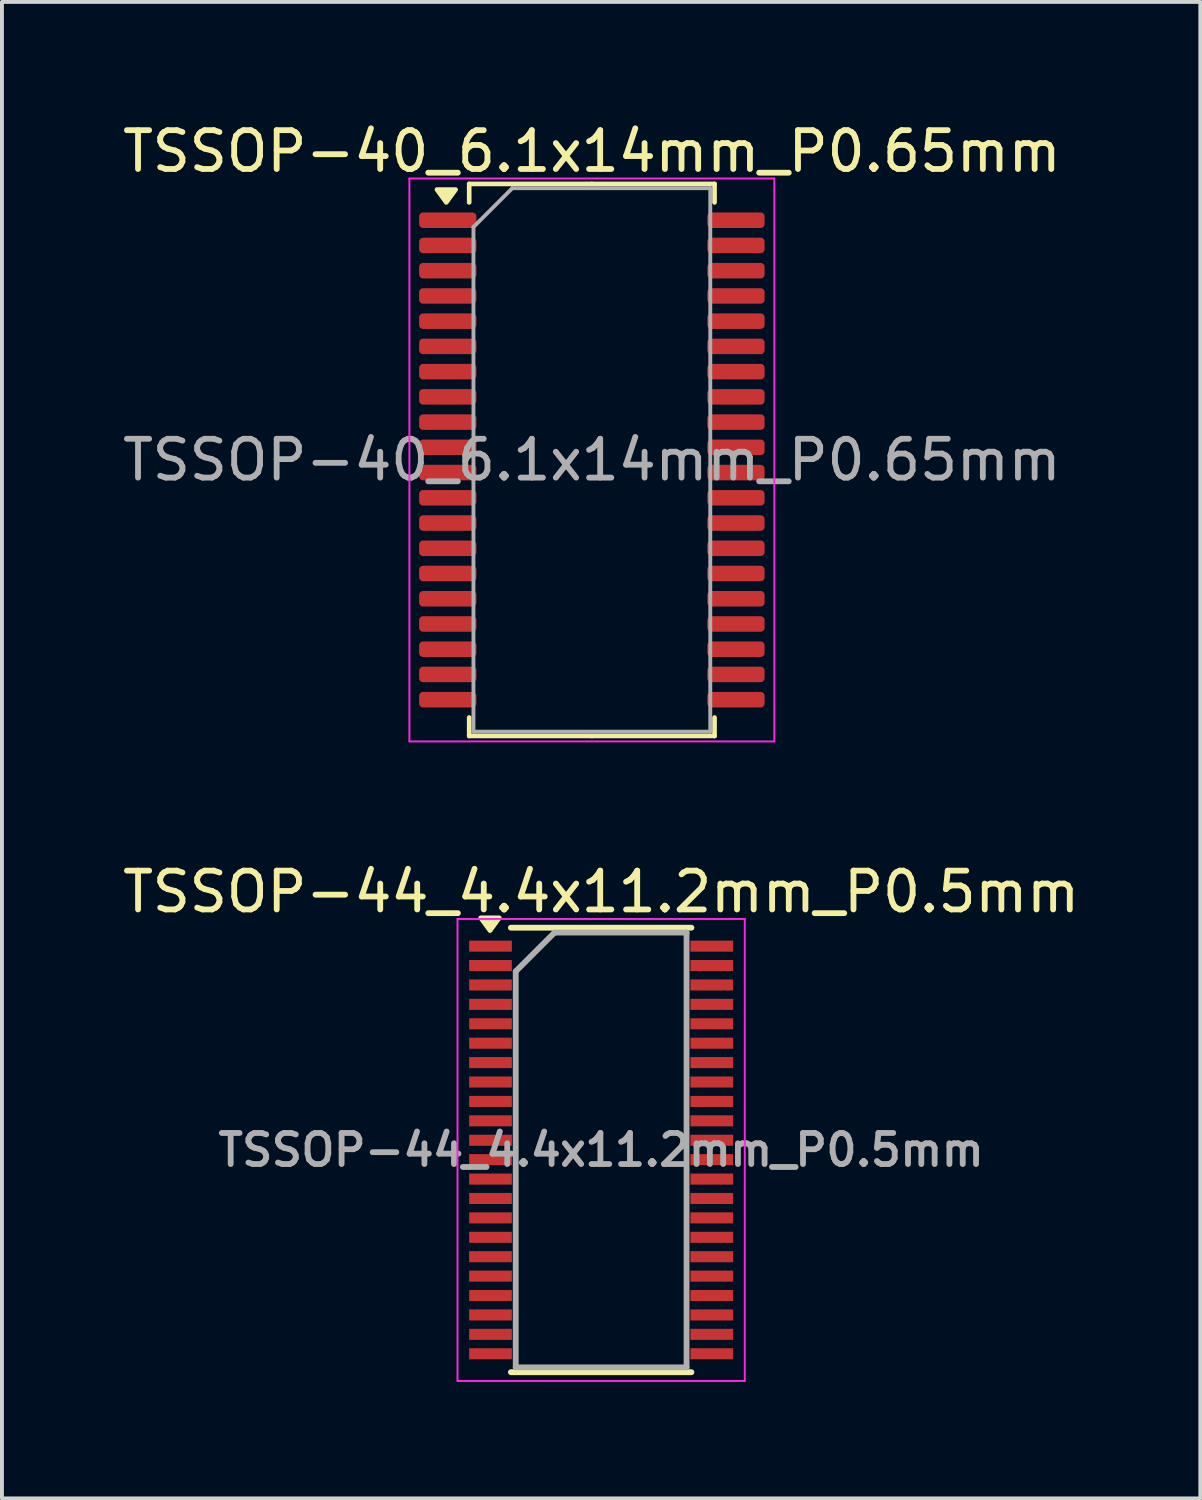
<source format=kicad_pcb>
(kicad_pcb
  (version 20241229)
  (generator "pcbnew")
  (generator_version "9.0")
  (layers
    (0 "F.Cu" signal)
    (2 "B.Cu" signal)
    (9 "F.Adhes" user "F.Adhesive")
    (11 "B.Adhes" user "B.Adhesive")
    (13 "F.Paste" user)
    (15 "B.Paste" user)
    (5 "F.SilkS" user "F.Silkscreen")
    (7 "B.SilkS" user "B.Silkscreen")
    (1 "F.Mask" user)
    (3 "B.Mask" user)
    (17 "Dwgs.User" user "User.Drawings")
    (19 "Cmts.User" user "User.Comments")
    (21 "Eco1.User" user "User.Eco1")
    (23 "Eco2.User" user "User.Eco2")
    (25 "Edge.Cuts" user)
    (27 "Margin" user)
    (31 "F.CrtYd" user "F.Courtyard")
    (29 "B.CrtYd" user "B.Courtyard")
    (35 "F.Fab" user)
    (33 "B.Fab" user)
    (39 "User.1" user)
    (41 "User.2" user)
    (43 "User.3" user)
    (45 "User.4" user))
  (footprint "TSSOP-44_4.4x11.2mm_P0.5mm"
    (layer "F.Cu")
    (at 12.435 26.572)
    (property "Reference" "TSSOP-44_4.4x11.2mm_P0.5mm" (at 0 -6.65 0) (layer "F.SilkS") (effects (font (size 1 1) (thickness 0.15))))
    (attr smd)
    (fp_line (start -2.325 -5.725) (end 2.325 -5.725) (stroke (width 0.15) (type solid)) (layer "F.SilkS"))
    (fp_line (start -2.325 5.725) (end 2.325 5.725) (stroke (width 0.15) (type solid)) (layer "F.SilkS"))
    (fp_poly (pts (xy -2.862 -5.65) (xy -2.623 -5.98) (xy -3.103 -5.98) (xy -2.862 -5.65)) (stroke (width 0.12) (type solid)) (fill yes) (layer "F.SilkS"))
    (fp_line (start -3.7 -5.95) (end -3.7 5.95) (stroke (width 0.05) (type solid)) (layer "F.CrtYd"))
    (fp_line (start -3.7 -5.95) (end 3.7 -5.95) (stroke (width 0.05) (type solid)) (layer "F.CrtYd"))
    (fp_line (start -3.7 5.95) (end 3.7 5.95) (stroke (width 0.05) (type solid)) (layer "F.CrtYd"))
    (fp_line (start 3.7 -5.95) (end 3.7 5.95) (stroke (width 0.05) (type solid)) (layer "F.CrtYd"))
    (fp_line (start -2.2 -4.6) (end -1.2 -5.6) (stroke (width 0.15) (type solid)) (layer "F.Fab"))
    (fp_line (start -2.2 5.6) (end -2.2 -4.6) (stroke (width 0.15) (type solid)) (layer "F.Fab"))
    (fp_line (start -1.2 -5.6) (end 2.2 -5.6) (stroke (width 0.15) (type solid)) (layer "F.Fab"))
    (fp_line (start 2.2 -5.6) (end 2.2 5.6) (stroke (width 0.15) (type solid)) (layer "F.Fab"))
    (fp_line (start 2.2 5.6) (end -2.2 5.6) (stroke (width 0.15) (type solid)) (layer "F.Fab"))
    (fp_text user "${REFERENCE}" (at 0 0 0) (layer "F.Fab") (effects (font (size 0.8 0.8) (thickness 0.15))))
    (pad "1" smd rect (at -2.85 -5.25) (size 1.1 0.285) (layers "F.Cu" "F.Mask" "F.Paste"))
    (pad "2" smd rect (at -2.85 -4.75) (size 1.1 0.285) (layers "F.Cu" "F.Mask" "F.Paste"))
    (pad "3" smd rect (at -2.85 -4.25) (size 1.1 0.285) (layers "F.Cu" "F.Mask" "F.Paste"))
    (pad "4" smd rect (at -2.85 -3.75) (size 1.1 0.285) (layers "F.Cu" "F.Mask" "F.Paste"))
    (pad "5" smd rect (at -2.85 -3.25) (size 1.1 0.285) (layers "F.Cu" "F.Mask" "F.Paste"))
    (pad "6" smd rect (at -2.85 -2.75) (size 1.1 0.285) (layers "F.Cu" "F.Mask" "F.Paste"))
    (pad "7" smd rect (at -2.85 -2.25) (size 1.1 0.285) (layers "F.Cu" "F.Mask" "F.Paste"))
    (pad "8" smd rect (at -2.85 -1.75) (size 1.1 0.285) (layers "F.Cu" "F.Mask" "F.Paste"))
    (pad "9" smd rect (at -2.85 -1.25) (size 1.1 0.285) (layers "F.Cu" "F.Mask" "F.Paste"))
    (pad "10" smd rect (at -2.85 -0.75) (size 1.1 0.285) (layers "F.Cu" "F.Mask" "F.Paste"))
    (pad "11" smd rect (at -2.85 -0.25) (size 1.1 0.285) (layers "F.Cu" "F.Mask" "F.Paste"))
    (pad "12" smd rect (at -2.85 0.25) (size 1.1 0.285) (layers "F.Cu" "F.Mask" "F.Paste"))
    (pad "13" smd rect (at -2.85 0.75) (size 1.1 0.285) (layers "F.Cu" "F.Mask" "F.Paste"))
    (pad "14" smd rect (at -2.85 1.25) (size 1.1 0.285) (layers "F.Cu" "F.Mask" "F.Paste"))
    (pad "15" smd rect (at -2.85 1.75) (size 1.1 0.285) (layers "F.Cu" "F.Mask" "F.Paste"))
    (pad "16" smd rect (at -2.85 2.25) (size 1.1 0.285) (layers "F.Cu" "F.Mask" "F.Paste"))
    (pad "17" smd rect (at -2.85 2.75) (size 1.1 0.285) (layers "F.Cu" "F.Mask" "F.Paste"))
    (pad "18" smd rect (at -2.85 3.25) (size 1.1 0.285) (layers "F.Cu" "F.Mask" "F.Paste"))
    (pad "19" smd rect (at -2.85 3.75) (size 1.1 0.285) (layers "F.Cu" "F.Mask" "F.Paste"))
    (pad "20" smd rect (at -2.85 4.25) (size 1.1 0.285) (layers "F.Cu" "F.Mask" "F.Paste"))
    (pad "21" smd rect (at -2.85 4.75) (size 1.1 0.285) (layers "F.Cu" "F.Mask" "F.Paste"))
    (pad "22" smd rect (at -2.85 5.25) (size 1.1 0.285) (layers "F.Cu" "F.Mask" "F.Paste"))
    (pad "23" smd rect (at 2.85 5.25) (size 1.1 0.285) (layers "F.Cu" "F.Mask" "F.Paste"))
    (pad "24" smd rect (at 2.85 4.75) (size 1.1 0.285) (layers "F.Cu" "F.Mask" "F.Paste"))
    (pad "25" smd rect (at 2.85 4.25) (size 1.1 0.285) (layers "F.Cu" "F.Mask" "F.Paste"))
    (pad "26" smd rect (at 2.85 3.75) (size 1.1 0.285) (layers "F.Cu" "F.Mask" "F.Paste"))
    (pad "27" smd rect (at 2.85 3.25) (size 1.1 0.285) (layers "F.Cu" "F.Mask" "F.Paste"))
    (pad "28" smd rect (at 2.85 2.75) (size 1.1 0.285) (layers "F.Cu" "F.Mask" "F.Paste"))
    (pad "29" smd rect (at 2.85 2.25) (size 1.1 0.285) (layers "F.Cu" "F.Mask" "F.Paste"))
    (pad "30" smd rect (at 2.85 1.75) (size 1.1 0.285) (layers "F.Cu" "F.Mask" "F.Paste"))
    (pad "31" smd rect (at 2.85 1.25) (size 1.1 0.285) (layers "F.Cu" "F.Mask" "F.Paste"))
    (pad "32" smd rect (at 2.85 0.75) (size 1.1 0.285) (layers "F.Cu" "F.Mask" "F.Paste"))
    (pad "33" smd rect (at 2.85 0.25) (size 1.1 0.285) (layers "F.Cu" "F.Mask" "F.Paste"))
    (pad "34" smd rect (at 2.85 -0.25) (size 1.1 0.285) (layers "F.Cu" "F.Mask" "F.Paste"))
    (pad "35" smd rect (at 2.85 -0.75) (size 1.1 0.285) (layers "F.Cu" "F.Mask" "F.Paste"))
    (pad "36" smd rect (at 2.85 -1.25) (size 1.1 0.285) (layers "F.Cu" "F.Mask" "F.Paste"))
    (pad "37" smd rect (at 2.85 -1.75) (size 1.1 0.285) (layers "F.Cu" "F.Mask" "F.Paste"))
    (pad "38" smd rect (at 2.85 -2.25) (size 1.1 0.285) (layers "F.Cu" "F.Mask" "F.Paste"))
    (pad "39" smd rect (at 2.85 -2.75) (size 1.1 0.285) (layers "F.Cu" "F.Mask" "F.Paste"))
    (pad "40" smd rect (at 2.85 -3.25) (size 1.1 0.285) (layers "F.Cu" "F.Mask" "F.Paste"))
    (pad "41" smd rect (at 2.85 -3.75) (size 1.1 0.285) (layers "F.Cu" "F.Mask" "F.Paste"))
    (pad "42" smd rect (at 2.85 -4.25) (size 1.1 0.285) (layers "F.Cu" "F.Mask" "F.Paste"))
    (pad "43" smd rect (at 2.85 -4.75) (size 1.1 0.285) (layers "F.Cu" "F.Mask" "F.Paste"))
    (pad "44" smd rect (at 2.85 -5.25) (size 1.1 0.285) (layers "F.Cu" "F.Mask" "F.Paste")))
  (footprint "TSSOP-40_6.1x14mm_P0.65mm"
    (layer "F.Cu")
    (at 12.196 8.798)
    (property "Reference" "TSSOP-40_6.1x14mm_P0.65mm" (at 0 -7.95 0) (layer "F.SilkS") (effects (font (size 1 1) (thickness 0.15))))
    (attr smd)
    (fp_line (start -3.16 -7.11) (end -3.16 -6.635) (stroke (width 0.12) (type solid)) (layer "F.SilkS"))
    (fp_line (start -3.16 7.11) (end -3.16 6.635) (stroke (width 0.12) (type solid)) (layer "F.SilkS"))
    (fp_line (start 0 -7.11) (end -3.16 -7.11) (stroke (width 0.12) (type solid)) (layer "F.SilkS"))
    (fp_line (start 0 -7.11) (end 3.16 -7.11) (stroke (width 0.12) (type solid)) (layer "F.SilkS"))
    (fp_line (start 0 7.11) (end -3.16 7.11) (stroke (width 0.12) (type solid)) (layer "F.SilkS"))
    (fp_line (start 0 7.11) (end 3.16 7.11) (stroke (width 0.12) (type solid)) (layer "F.SilkS"))
    (fp_line (start 3.16 -7.11) (end 3.16 -6.635) (stroke (width 0.12) (type solid)) (layer "F.SilkS"))
    (fp_line (start 3.16 7.11) (end 3.16 6.635) (stroke (width 0.12) (type solid)) (layer "F.SilkS"))
    (fp_poly (pts (xy -3.75 -6.635) (xy -3.99 -6.965) (xy -3.51 -6.965) (xy -3.75 -6.635)) (stroke (width 0.12) (type solid)) (fill yes) (layer "F.SilkS"))
    (fp_line (start -4.7 -7.25) (end -4.7 7.25) (stroke (width 0.05) (type solid)) (layer "F.CrtYd"))
    (fp_line (start -4.7 7.25) (end 4.7 7.25) (stroke (width 0.05) (type solid)) (layer "F.CrtYd"))
    (fp_line (start 4.7 -7.25) (end -4.7 -7.25) (stroke (width 0.05) (type solid)) (layer "F.CrtYd"))
    (fp_line (start 4.7 7.25) (end 4.7 -7.25) (stroke (width 0.05) (type solid)) (layer "F.CrtYd"))
    (fp_line (start -3.05 -6) (end -2.05 -7) (stroke (width 0.1) (type solid)) (layer "F.Fab"))
    (fp_line (start -3.05 7) (end -3.05 -6) (stroke (width 0.1) (type solid)) (layer "F.Fab"))
    (fp_line (start -2.05 -7) (end 3.05 -7) (stroke (width 0.1) (type solid)) (layer "F.Fab"))
    (fp_line (start 3.05 -7) (end 3.05 7) (stroke (width 0.1) (type solid)) (layer "F.Fab"))
    (fp_line (start 3.05 7) (end -3.05 7) (stroke (width 0.1) (type solid)) (layer "F.Fab"))
    (fp_text user "${REFERENCE}" (at 0 0 0) (layer "F.Fab") (effects (font (size 1 1) (thickness 0.15))))
    (pad "1" smd roundrect (at -3.712 -6.175) (size 1.475 0.4) (layers "F.Cu" "F.Mask" "F.Paste") (roundrect_rratio 0.25))
    (pad "2" smd roundrect (at -3.712 -5.525) (size 1.475 0.4) (layers "F.Cu" "F.Mask" "F.Paste") (roundrect_rratio 0.25))
    (pad "3" smd roundrect (at -3.712 -4.875) (size 1.475 0.4) (layers "F.Cu" "F.Mask" "F.Paste") (roundrect_rratio 0.25))
    (pad "4" smd roundrect (at -3.712 -4.225) (size 1.475 0.4) (layers "F.Cu" "F.Mask" "F.Paste") (roundrect_rratio 0.25))
    (pad "5" smd roundrect (at -3.712 -3.575) (size 1.475 0.4) (layers "F.Cu" "F.Mask" "F.Paste") (roundrect_rratio 0.25))
    (pad "6" smd roundrect (at -3.712 -2.925) (size 1.475 0.4) (layers "F.Cu" "F.Mask" "F.Paste") (roundrect_rratio 0.25))
    (pad "7" smd roundrect (at -3.712 -2.275) (size 1.475 0.4) (layers "F.Cu" "F.Mask" "F.Paste") (roundrect_rratio 0.25))
    (pad "8" smd roundrect (at -3.712 -1.625) (size 1.475 0.4) (layers "F.Cu" "F.Mask" "F.Paste") (roundrect_rratio 0.25))
    (pad "9" smd roundrect (at -3.712 -0.975) (size 1.475 0.4) (layers "F.Cu" "F.Mask" "F.Paste") (roundrect_rratio 0.25))
    (pad "10" smd roundrect (at -3.712 -0.325) (size 1.475 0.4) (layers "F.Cu" "F.Mask" "F.Paste") (roundrect_rratio 0.25))
    (pad "11" smd roundrect (at -3.712 0.325) (size 1.475 0.4) (layers "F.Cu" "F.Mask" "F.Paste") (roundrect_rratio 0.25))
    (pad "12" smd roundrect (at -3.712 0.975) (size 1.475 0.4) (layers "F.Cu" "F.Mask" "F.Paste") (roundrect_rratio 0.25))
    (pad "13" smd roundrect (at -3.712 1.625) (size 1.475 0.4) (layers "F.Cu" "F.Mask" "F.Paste") (roundrect_rratio 0.25))
    (pad "14" smd roundrect (at -3.712 2.275) (size 1.475 0.4) (layers "F.Cu" "F.Mask" "F.Paste") (roundrect_rratio 0.25))
    (pad "15" smd roundrect (at -3.712 2.925) (size 1.475 0.4) (layers "F.Cu" "F.Mask" "F.Paste") (roundrect_rratio 0.25))
    (pad "16" smd roundrect (at -3.712 3.575) (size 1.475 0.4) (layers "F.Cu" "F.Mask" "F.Paste") (roundrect_rratio 0.25))
    (pad "17" smd roundrect (at -3.712 4.225) (size 1.475 0.4) (layers "F.Cu" "F.Mask" "F.Paste") (roundrect_rratio 0.25))
    (pad "18" smd roundrect (at -3.712 4.875) (size 1.475 0.4) (layers "F.Cu" "F.Mask" "F.Paste") (roundrect_rratio 0.25))
    (pad "19" smd roundrect (at -3.712 5.525) (size 1.475 0.4) (layers "F.Cu" "F.Mask" "F.Paste") (roundrect_rratio 0.25))
    (pad "20" smd roundrect (at -3.712 6.175) (size 1.475 0.4) (layers "F.Cu" "F.Mask" "F.Paste") (roundrect_rratio 0.25))
    (pad "21" smd roundrect (at 3.712 6.175) (size 1.475 0.4) (layers "F.Cu" "F.Mask" "F.Paste") (roundrect_rratio 0.25))
    (pad "22" smd roundrect (at 3.712 5.525) (size 1.475 0.4) (layers "F.Cu" "F.Mask" "F.Paste") (roundrect_rratio 0.25))
    (pad "23" smd roundrect (at 3.712 4.875) (size 1.475 0.4) (layers "F.Cu" "F.Mask" "F.Paste") (roundrect_rratio 0.25))
    (pad "24" smd roundrect (at 3.712 4.225) (size 1.475 0.4) (layers "F.Cu" "F.Mask" "F.Paste") (roundrect_rratio 0.25))
    (pad "25" smd roundrect (at 3.712 3.575) (size 1.475 0.4) (layers "F.Cu" "F.Mask" "F.Paste") (roundrect_rratio 0.25))
    (pad "26" smd roundrect (at 3.712 2.925) (size 1.475 0.4) (layers "F.Cu" "F.Mask" "F.Paste") (roundrect_rratio 0.25))
    (pad "27" smd roundrect (at 3.712 2.275) (size 1.475 0.4) (layers "F.Cu" "F.Mask" "F.Paste") (roundrect_rratio 0.25))
    (pad "28" smd roundrect (at 3.712 1.625) (size 1.475 0.4) (layers "F.Cu" "F.Mask" "F.Paste") (roundrect_rratio 0.25))
    (pad "29" smd roundrect (at 3.712 0.975) (size 1.475 0.4) (layers "F.Cu" "F.Mask" "F.Paste") (roundrect_rratio 0.25))
    (pad "30" smd roundrect (at 3.712 0.325) (size 1.475 0.4) (layers "F.Cu" "F.Mask" "F.Paste") (roundrect_rratio 0.25))
    (pad "31" smd roundrect (at 3.712 -0.325) (size 1.475 0.4) (layers "F.Cu" "F.Mask" "F.Paste") (roundrect_rratio 0.25))
    (pad "32" smd roundrect (at 3.712 -0.975) (size 1.475 0.4) (layers "F.Cu" "F.Mask" "F.Paste") (roundrect_rratio 0.25))
    (pad "33" smd roundrect (at 3.712 -1.625) (size 1.475 0.4) (layers "F.Cu" "F.Mask" "F.Paste") (roundrect_rratio 0.25))
    (pad "34" smd roundrect (at 3.712 -2.275) (size 1.475 0.4) (layers "F.Cu" "F.Mask" "F.Paste") (roundrect_rratio 0.25))
    (pad "35" smd roundrect (at 3.712 -2.925) (size 1.475 0.4) (layers "F.Cu" "F.Mask" "F.Paste") (roundrect_rratio 0.25))
    (pad "36" smd roundrect (at 3.712 -3.575) (size 1.475 0.4) (layers "F.Cu" "F.Mask" "F.Paste") (roundrect_rratio 0.25))
    (pad "37" smd roundrect (at 3.712 -4.225) (size 1.475 0.4) (layers "F.Cu" "F.Mask" "F.Paste") (roundrect_rratio 0.25))
    (pad "38" smd roundrect (at 3.712 -4.875) (size 1.475 0.4) (layers "F.Cu" "F.Mask" "F.Paste") (roundrect_rratio 0.25))
    (pad "39" smd roundrect (at 3.712 -5.525) (size 1.475 0.4) (layers "F.Cu" "F.Mask" "F.Paste") (roundrect_rratio 0.25))
    (pad "40" smd roundrect (at 3.712 -6.175) (size 1.475 0.4) (layers "F.Cu" "F.Mask" "F.Paste") (roundrect_rratio 0.25)))
  (gr_rect
    (start -3 -3)
    (end 27.869 35.547)
    (stroke (width 0.1) (type default))
    (fill no)
    (layer "Edge.Cuts")))
</source>
